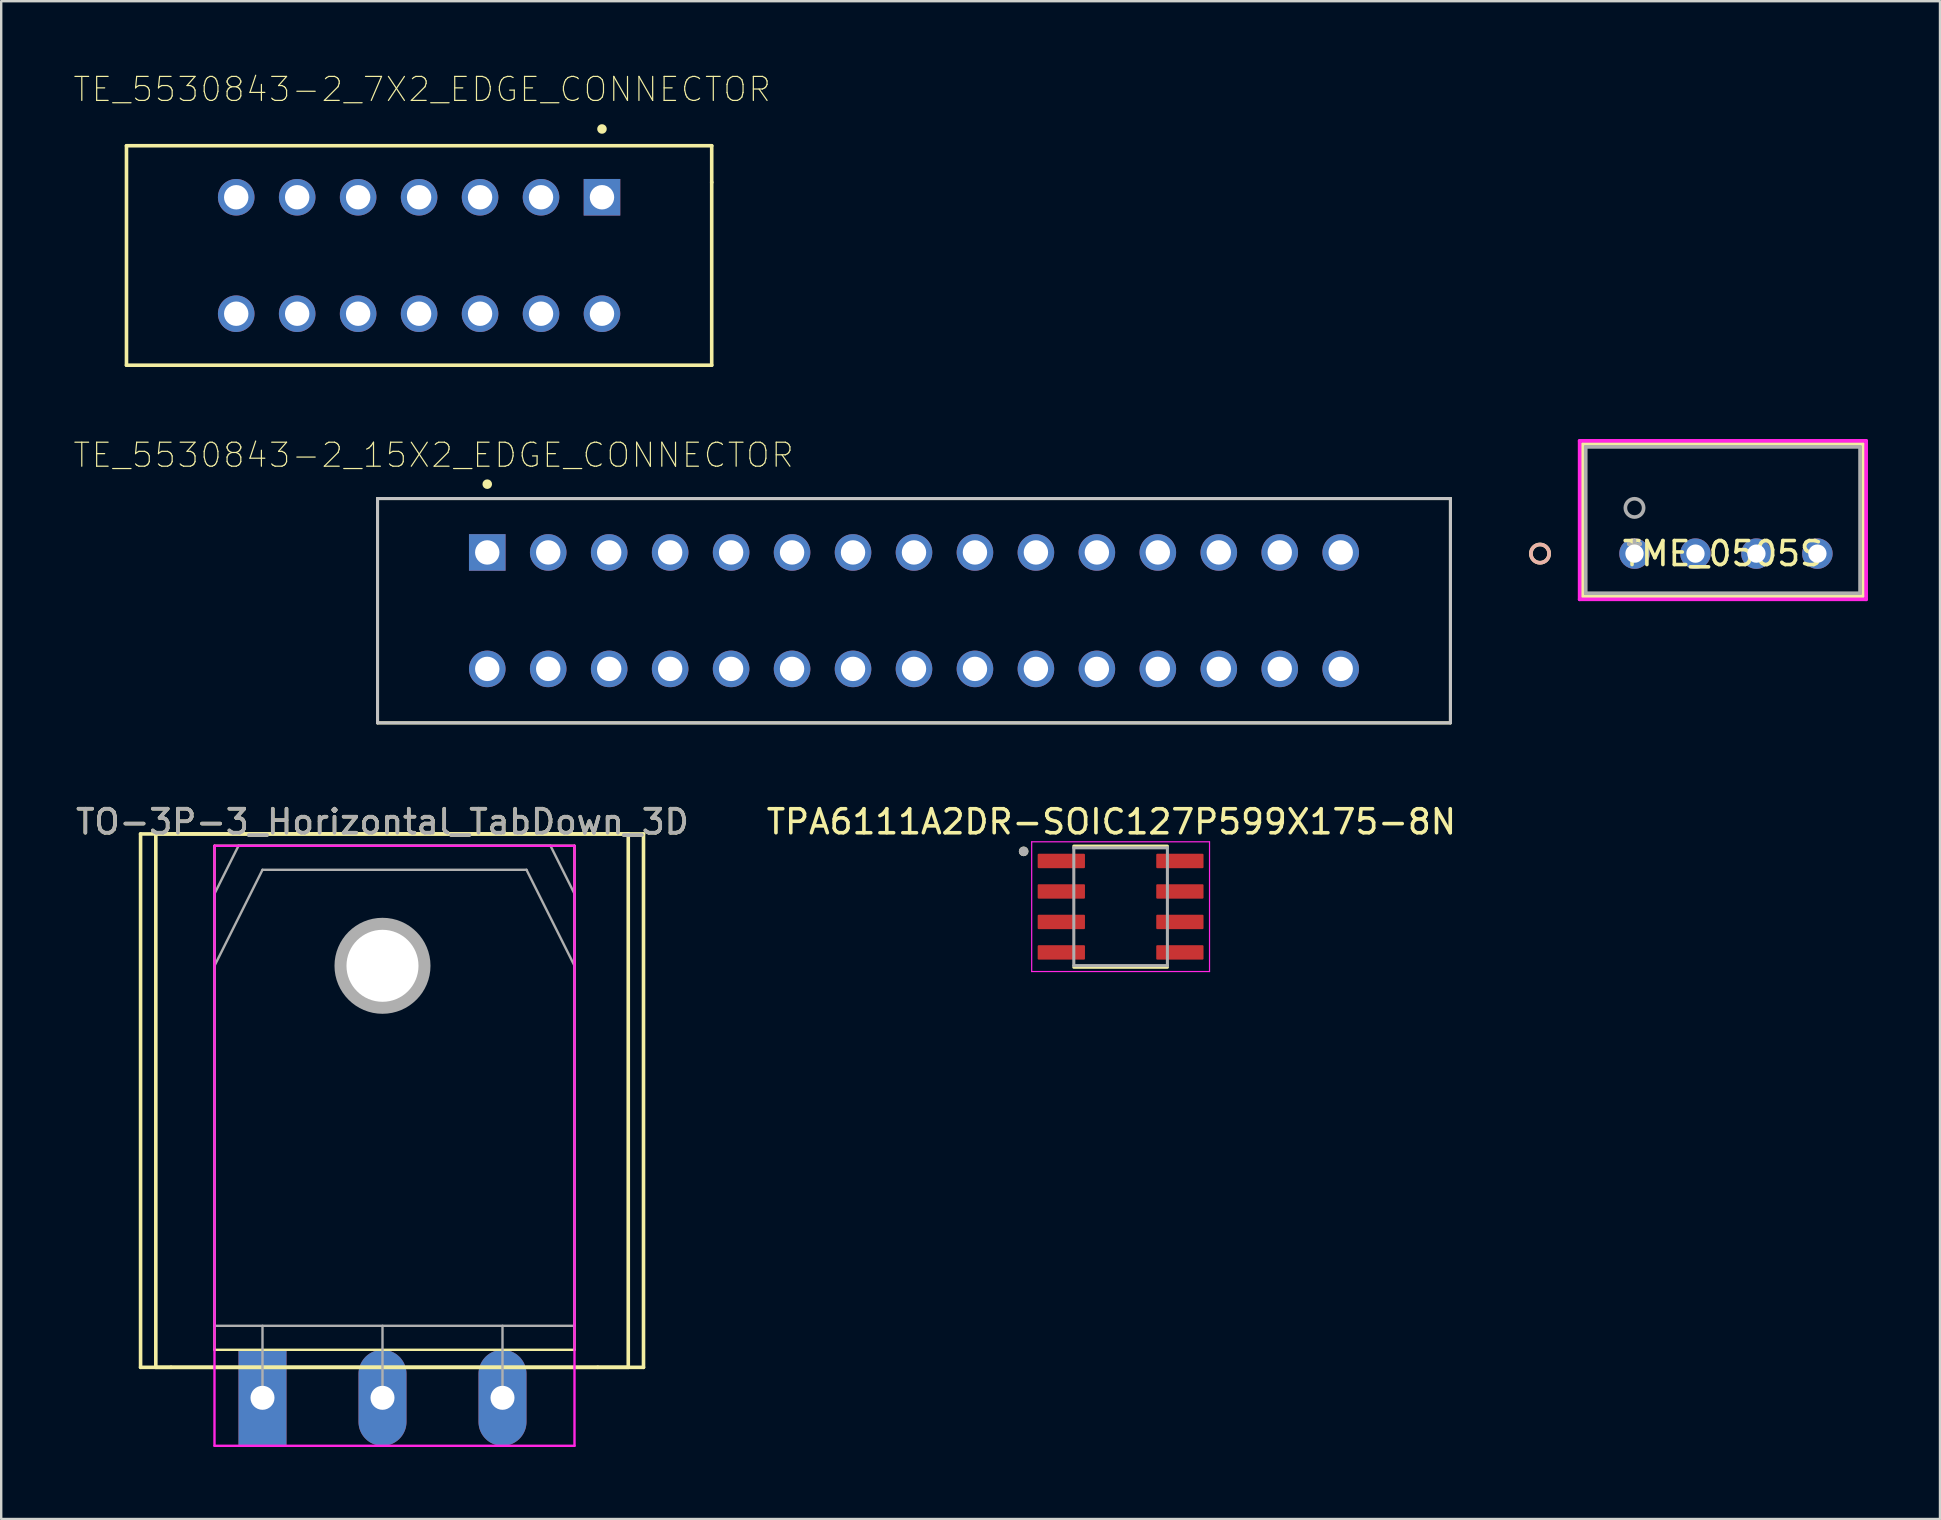
<source format=kicad_pcb>
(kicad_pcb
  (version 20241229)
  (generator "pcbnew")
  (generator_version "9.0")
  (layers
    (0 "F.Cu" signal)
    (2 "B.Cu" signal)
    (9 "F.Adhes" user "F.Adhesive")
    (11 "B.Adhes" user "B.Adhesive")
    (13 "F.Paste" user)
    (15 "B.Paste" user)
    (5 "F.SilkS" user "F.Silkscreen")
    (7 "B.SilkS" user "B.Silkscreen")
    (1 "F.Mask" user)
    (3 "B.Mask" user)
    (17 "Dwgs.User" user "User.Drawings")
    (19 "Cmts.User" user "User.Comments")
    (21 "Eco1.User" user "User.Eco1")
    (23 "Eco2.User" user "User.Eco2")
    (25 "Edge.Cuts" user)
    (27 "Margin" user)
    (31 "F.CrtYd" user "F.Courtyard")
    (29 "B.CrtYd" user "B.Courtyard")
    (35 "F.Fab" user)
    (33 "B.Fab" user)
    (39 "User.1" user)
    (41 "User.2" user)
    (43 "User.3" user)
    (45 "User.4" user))
  (footprint "TO-3P-3_Horizontal_TabDown_3D"
    (layer "F.Cu")
    (at 7.887 55.191)
    (property "Reference" "TO-3P-3_Horizontal_TabDown_3D" (at 5 -24 0) (layer "F.SilkS") (effects (font (size 1 1) (thickness 0.15))))
    (attr through_hole)
    (fp_line (start -5.08 -23.495) (end 15.875 -23.495) (stroke (width 0.15) (type solid)) (layer "F.SilkS"))
    (fp_line (start -5.08 -1.27) (end -5.08 -23.495) (stroke (width 0.15) (type solid)) (layer "F.SilkS"))
    (fp_line (start -4.445 -23.495) (end -4.445 -1.27) (stroke (width 0.15) (type solid)) (layer "F.SilkS"))
    (fp_line (start -4.445 -23.495) (end 15.24 -23.495) (stroke (width 0.15) (type solid)) (layer "F.SilkS"))
    (fp_line (start -4.445 -1.27) (end -3.81 -1.27) (stroke (width 0.15) (type solid)) (layer "F.SilkS"))
    (fp_line (start -2 -23) (end -2 -2) (stroke (width 0.1) (type solid)) (layer "F.SilkS"))
    (fp_line (start -2 -23) (end 13 -23) (stroke (width 0.1) (type solid)) (layer "F.SilkS"))
    (fp_line (start -2 -2) (end 13 -2) (stroke (width 0.1) (type solid)) (layer "F.SilkS"))
    (fp_line (start 0 -2) (end 0 -2) (stroke (width 0.1) (type solid)) (layer "F.SilkS"))
    (fp_line (start 5 -2) (end 5 -2) (stroke (width 0.1) (type solid)) (layer "F.SilkS"))
    (fp_line (start 10 -2) (end 10 -2) (stroke (width 0.1) (type solid)) (layer "F.SilkS"))
    (fp_line (start 13 -23) (end 13 -2) (stroke (width 0.1) (type solid)) (layer "F.SilkS"))
    (fp_line (start 13.97 -1.27) (end -3.81 -1.27) (stroke (width 0.15) (type solid)) (layer "F.SilkS"))
    (fp_line (start 15.24 -23.495) (end 15.24 -1.27) (stroke (width 0.15) (type solid)) (layer "F.SilkS"))
    (fp_line (start 15.24 -1.27) (end 13.97 -1.27) (stroke (width 0.15) (type solid)) (layer "F.SilkS"))
    (fp_line (start 15.875 -23.495) (end 15.875 -1.27) (stroke (width 0.15) (type solid)) (layer "F.SilkS"))
    (fp_line (start 15.875 -1.27) (end -5.08 -1.27) (stroke (width 0.15) (type solid)) (layer "F.SilkS"))
    (fp_line (start -2 -23) (end -2 2) (stroke (width 0.1) (type solid)) (layer "F.CrtYd"))
    (fp_line (start -2 2) (end 13 2) (stroke (width 0.1) (type solid)) (layer "F.CrtYd"))
    (fp_line (start 13 -23) (end -2 -23) (stroke (width 0.1) (type solid)) (layer "F.CrtYd"))
    (fp_line (start 13 2) (end 13 -23) (stroke (width 0.1) (type solid)) (layer "F.CrtYd"))
    (fp_line (start -2 -21) (end -1 -23) (stroke (width 0.1) (type solid)) (layer "F.Fab"))
    (fp_line (start -2 -18) (end -2 -21) (stroke (width 0.1) (type solid)) (layer "F.Fab"))
    (fp_line (start -2 -18) (end 0 -22) (stroke (width 0.1) (type solid)) (layer "F.Fab"))
    (fp_line (start -2 -3) (end -2 -18) (stroke (width 0.1) (type solid)) (layer "F.Fab"))
    (fp_line (start -1 -23) (end 12 -23) (stroke (width 0.1) (type solid)) (layer "F.Fab"))
    (fp_line (start 0 -22) (end 11 -22) (stroke (width 0.1) (type solid)) (layer "F.Fab"))
    (fp_line (start 0 -3) (end 0 0) (stroke (width 0.1) (type solid)) (layer "F.Fab"))
    (fp_line (start 5 -3) (end 5 0) (stroke (width 0.1) (type solid)) (layer "F.Fab"))
    (fp_line (start 10 -3) (end 10 0) (stroke (width 0.1) (type solid)) (layer "F.Fab"))
    (fp_line (start 11 -22) (end 13 -18) (stroke (width 0.1) (type solid)) (layer "F.Fab"))
    (fp_line (start 12 -23) (end 13 -21) (stroke (width 0.1) (type solid)) (layer "F.Fab"))
    (fp_line (start 13 -21) (end 13 -18) (stroke (width 0.1) (type solid)) (layer "F.Fab"))
    (fp_line (start 13 -18) (end 13 -3) (stroke (width 0.1) (type solid)) (layer "F.Fab"))
    (fp_line (start 13 -3) (end -2 -3) (stroke (width 0.1) (type solid)) (layer "F.Fab"))
    (fp_circle (center 5 -18) (end 7 -18) (stroke (width 0) (type solid)) (fill yes) (layer "F.Fab"))
    (fp_text user "${REFERENCE}" (at 5 -24 0) (layer "F.Fab") (effects (font (size 1 1) (thickness 0.15))))
    (pad "" np_thru_hole oval (at 5 -18) (size 3 3) (drill 3) (layers "*.Cu" "*.Mask"))
    (pad "1" thru_hole rect (at 0 0) (size 2 4) (drill 1) (layers "*.Cu" "*.Mask"))
    (pad "2" thru_hole oval (at 5 0) (size 2 4) (drill 1) (layers "*.Cu" "*.Mask"))
    (pad "3" thru_hole oval (at 10 0) (size 2 4) (drill 1) (layers "*.Cu" "*.Mask")))
  (footprint "TE_5530843-2_15X2_EDGE_CONNECTOR"
    (layer "F.Cu")
    (at 35.032 22.394)
    (property "Reference" "TE_5530843-2_15X2_EDGE_CONNECTOR" (at -20.017 -6.479 0) (layer "F.SilkS") (effects (font (size 1.001 1.001) (thickness 0.05))))
    (attr through_hole)
    (fp_line (start -22.352 -4.673) (end 22.352 -4.673) (stroke (width 0.127) (type solid)) (layer "F.SilkS"))
    (fp_line (start -22.352 4.674) (end -22.352 -4.673) (stroke (width 0.127) (type solid)) (layer "F.SilkS"))
    (fp_line (start 22.352 -4.673) (end 22.352 4.674) (stroke (width 0.127) (type solid)) (layer "F.SilkS"))
    (fp_line (start 22.352 4.674) (end -22.352 4.674) (stroke (width 0.127) (type solid)) (layer "F.SilkS"))
    (fp_circle (center -17.78 -5.271) (end -17.68 -5.271) (stroke (width 0.2) (type solid)) (fill no) (layer "F.SilkS"))
    (fp_line (start -22.352 -4.673) (end 22.352 -4.673) (stroke (width 0.127) (type solid)) (layer "Dwgs.User"))
    (fp_line (start -22.352 4.674) (end -22.352 -4.673) (stroke (width 0.127) (type solid)) (layer "Dwgs.User"))
    (fp_line (start 22.352 -4.673) (end 22.352 4.674) (stroke (width 0.127) (type solid)) (layer "Dwgs.User"))
    (fp_line (start 22.352 4.674) (end -22.352 4.674) (stroke (width 0.127) (type solid)) (layer "Dwgs.User"))
    (fp_line (start -22.602 -4.923) (end 22.602 -4.923) (stroke (width 0.05) (type solid)) (layer "Eco1.User"))
    (fp_line (start -22.602 4.924) (end -22.602 -4.923) (stroke (width 0.05) (type solid)) (layer "Eco1.User"))
    (fp_line (start 22.602 -4.923) (end 22.602 4.924) (stroke (width 0.05) (type solid)) (layer "Eco1.User"))
    (fp_line (start 22.602 4.924) (end -22.602 4.924) (stroke (width 0.05) (type solid)) (layer "Eco1.User"))
    (pad "1" thru_hole rect (at -17.78 -2.426) (size 1.524 1.524) (drill 1.016) (layers "*.Cu" "*.Mask"))
    (pad "2" thru_hole circle (at -17.78 2.426) (size 1.524 1.524) (drill 1.016) (layers "*.Cu" "*.Mask"))
    (pad "3" thru_hole circle (at -15.24 -2.426) (size 1.524 1.524) (drill 1.016) (layers "*.Cu" "*.Mask"))
    (pad "4" thru_hole circle (at -15.24 2.426) (size 1.524 1.524) (drill 1.016) (layers "*.Cu" "*.Mask"))
    (pad "5" thru_hole circle (at -12.7 -2.426) (size 1.524 1.524) (drill 1.016) (layers "*.Cu" "*.Mask"))
    (pad "6" thru_hole circle (at -12.7 2.426) (size 1.524 1.524) (drill 1.016) (layers "*.Cu" "*.Mask"))
    (pad "7" thru_hole circle (at -10.16 -2.426) (size 1.524 1.524) (drill 1.016) (layers "*.Cu" "*.Mask"))
    (pad "8" thru_hole circle (at -10.16 2.426) (size 1.524 1.524) (drill 1.016) (layers "*.Cu" "*.Mask"))
    (pad "9" thru_hole circle (at -7.62 -2.426) (size 1.524 1.524) (drill 1.016) (layers "*.Cu" "*.Mask"))
    (pad "10" thru_hole circle (at -7.62 2.426) (size 1.524 1.524) (drill 1.016) (layers "*.Cu" "*.Mask"))
    (pad "11" thru_hole circle (at -5.08 -2.426) (size 1.524 1.524) (drill 1.016) (layers "*.Cu" "*.Mask"))
    (pad "12" thru_hole circle (at -5.08 2.426) (size 1.524 1.524) (drill 1.016) (layers "*.Cu" "*.Mask"))
    (pad "13" thru_hole circle (at -2.54 -2.426) (size 1.524 1.524) (drill 1.016) (layers "*.Cu" "*.Mask"))
    (pad "14" thru_hole circle (at -2.54 2.426) (size 1.524 1.524) (drill 1.016) (layers "*.Cu" "*.Mask"))
    (pad "15" thru_hole circle (at 0 -2.426) (size 1.524 1.524) (drill 1.016) (layers "*.Cu" "*.Mask"))
    (pad "16" thru_hole circle (at 0 2.426) (size 1.524 1.524) (drill 1.016) (layers "*.Cu" "*.Mask"))
    (pad "17" thru_hole circle (at 2.54 -2.426) (size 1.524 1.524) (drill 1.016) (layers "*.Cu" "*.Mask"))
    (pad "18" thru_hole circle (at 2.54 2.426) (size 1.524 1.524) (drill 1.016) (layers "*.Cu" "*.Mask"))
    (pad "19" thru_hole circle (at 5.08 -2.426) (size 1.524 1.524) (drill 1.016) (layers "*.Cu" "*.Mask"))
    (pad "20" thru_hole circle (at 5.08 2.426) (size 1.524 1.524) (drill 1.016) (layers "*.Cu" "*.Mask"))
    (pad "21" thru_hole circle (at 7.62 -2.426) (size 1.524 1.524) (drill 1.016) (layers "*.Cu" "*.Mask"))
    (pad "22" thru_hole circle (at 7.62 2.426) (size 1.524 1.524) (drill 1.016) (layers "*.Cu" "*.Mask"))
    (pad "23" thru_hole circle (at 10.16 -2.426) (size 1.524 1.524) (drill 1.016) (layers "*.Cu" "*.Mask"))
    (pad "24" thru_hole circle (at 10.16 2.426) (size 1.524 1.524) (drill 1.016) (layers "*.Cu" "*.Mask"))
    (pad "25" thru_hole circle (at 12.7 -2.426) (size 1.524 1.524) (drill 1.016) (layers "*.Cu" "*.Mask"))
    (pad "26" thru_hole circle (at 12.7 2.426) (size 1.524 1.524) (drill 1.016) (layers "*.Cu" "*.Mask"))
    (pad "27" thru_hole circle (at 15.24 -2.426) (size 1.524 1.524) (drill 1.016) (layers "*.Cu" "*.Mask"))
    (pad "28" thru_hole circle (at 15.24 2.426) (size 1.524 1.524) (drill 1.016) (layers "*.Cu" "*.Mask"))
    (pad "29" thru_hole circle (at 17.78 -2.426) (size 1.524 1.524) (drill 1.016) (layers "*.Cu" "*.Mask"))
    (pad "30" thru_hole circle (at 17.78 2.426) (size 1.524 1.524) (drill 1.016) (layers "*.Cu" "*.Mask")))
  (footprint "TE_5530843-2_7X2_EDGE_CONNECTOR"
    (layer "F.Cu")
    (at 24.572 7.595)
    (property "Reference" "TE_5530843-2_7X2_EDGE_CONNECTOR" (at -10.033 -6.921 0) (layer "F.SilkS") (effects (font (size 1.001 1.001) (thickness 0.05))))
    (attr through_hole)
    (fp_line (start -22.352 -4.572) (end -22.352 4.572) (stroke (width 0.15) (type solid)) (layer "F.SilkS"))
    (fp_line (start -22.352 4.572) (end 2.032 4.572) (stroke (width 0.15) (type solid)) (layer "F.SilkS"))
    (fp_line (start 2.032 -4.572) (end -22.352 -4.572) (stroke (width 0.15) (type solid)) (layer "F.SilkS"))
    (fp_line (start 2.032 -3.048) (end 2.032 -4.572) (stroke (width 0.15) (type solid)) (layer "F.SilkS"))
    (fp_line (start 2.032 -3.048) (end 2.032 4.572) (stroke (width 0.15) (type solid)) (layer "F.SilkS"))
    (fp_circle (center -2.54 -5.271) (end -2.44 -5.271) (stroke (width 0.2) (type solid)) (fill no) (layer "F.SilkS"))
    (pad "1" thru_hole rect (at -2.54 -2.426) (size 1.524 1.524) (drill 1.016) (layers "*.Cu" "*.Mask"))
    (pad "2" thru_hole circle (at -5.08 -2.426) (size 1.524 1.524) (drill 1.016) (layers "*.Cu" "*.Mask"))
    (pad "3" thru_hole circle (at -7.62 -2.426) (size 1.524 1.524) (drill 1.016) (layers "*.Cu" "*.Mask"))
    (pad "4" thru_hole circle (at -10.16 -2.426) (size 1.524 1.524) (drill 1.016) (layers "*.Cu" "*.Mask"))
    (pad "5" thru_hole circle (at -12.7 -2.426) (size 1.524 1.524) (drill 1.016) (layers "*.Cu" "*.Mask"))
    (pad "6" thru_hole circle (at -15.24 -2.426) (size 1.524 1.524) (drill 1.016) (layers "*.Cu" "*.Mask"))
    (pad "7" thru_hole circle (at -17.78 -2.426) (size 1.524 1.524) (drill 1.016) (layers "*.Cu" "*.Mask"))
    (pad "A" thru_hole circle (at -2.54 2.426) (size 1.524 1.524) (drill 1.016) (layers "*.Cu" "*.Mask"))
    (pad "B" thru_hole circle (at -5.08 2.426) (size 1.524 1.524) (drill 1.016) (layers "*.Cu" "*.Mask"))
    (pad "C" thru_hole circle (at -7.62 2.426) (size 1.524 1.524) (drill 1.016) (layers "*.Cu" "*.Mask"))
    (pad "D" thru_hole circle (at -10.16 2.426) (size 1.524 1.524) (drill 1.016) (layers "*.Cu" "*.Mask"))
    (pad "E" thru_hole circle (at -12.7 2.426) (size 1.524 1.524) (drill 1.016) (layers "*.Cu" "*.Mask"))
    (pad "F" thru_hole circle (at -15.24 2.426) (size 1.524 1.524) (drill 1.016) (layers "*.Cu" "*.Mask"))
    (pad "H" thru_hole circle (at -17.78 2.426) (size 1.524 1.524) (drill 1.016) (layers "*.Cu" "*.Mask")))
  (footprint "TME_0505S"
    (layer "F.Cu")
    (at 65.053 20.017)
    (property "Reference" "TME_0505S" (at 3.683 0 0) (layer "F.SilkS") (effects (font (size 1 1) (thickness 0.15))))
    (attr through_hole)
    (fp_line (start -2.159 -4.572) (end -2.159 1.778) (stroke (width 0.152) (type solid)) (layer "F.SilkS"))
    (fp_line (start -2.159 1.778) (end 9.525 1.778) (stroke (width 0.152) (type solid)) (layer "F.SilkS"))
    (fp_line (start 9.525 -4.572) (end -2.159 -4.572) (stroke (width 0.152) (type solid)) (layer "F.SilkS"))
    (fp_line (start 9.525 1.778) (end 9.525 -4.572) (stroke (width 0.152) (type solid)) (layer "F.SilkS"))
    (fp_circle (center -3.937 0) (end -3.556 0) (stroke (width 0.152) (type solid)) (fill no) (layer "F.SilkS"))
    (fp_circle (center -3.937 0) (end -3.556 0) (stroke (width 0.152) (type solid)) (fill no) (layer "B.SilkS"))
    (fp_line (start -2.286 -4.699) (end -2.286 1.905) (stroke (width 0.152) (type solid)) (layer "F.CrtYd"))
    (fp_line (start -2.286 1.905) (end 9.652 1.905) (stroke (width 0.152) (type solid)) (layer "F.CrtYd"))
    (fp_line (start 9.652 -4.699) (end -2.286 -4.699) (stroke (width 0.152) (type solid)) (layer "F.CrtYd"))
    (fp_line (start 9.652 1.905) (end 9.652 -4.699) (stroke (width 0.152) (type solid)) (layer "F.CrtYd"))
    (fp_line (start -2.032 -4.445) (end -2.032 1.651) (stroke (width 0.152) (type solid)) (layer "F.Fab"))
    (fp_line (start -2.032 1.651) (end 9.398 1.651) (stroke (width 0.152) (type solid)) (layer "F.Fab"))
    (fp_line (start 9.398 -4.445) (end -2.032 -4.445) (stroke (width 0.152) (type solid)) (layer "F.Fab"))
    (fp_line (start 9.398 1.651) (end 9.398 -4.445) (stroke (width 0.152) (type solid)) (layer "F.Fab"))
    (fp_circle (center 0 -1.905) (end 0.381 -1.905) (stroke (width 0.152) (type solid)) (fill no) (layer "F.Fab"))
    (fp_text user "*" (at 0 0 0) (layer "F.SilkS") (effects (font (size 1 1) (thickness 0.15))))
    (fp_text user "Copyright 2016 Accelerated Designs. All rights reserved." (at 0 0 0) (layer "Cmts.User") (effects (font (size 0.127 0.127) (thickness 0.002))))
    (fp_text user "*" (at 0 0 0) (layer "F.Fab") (effects (font (size 1 1) (thickness 0.15))))
    (pad "1" thru_hole circle (at 0 0) (size 1.27 1.27) (drill 0.762) (layers "*.Cu" "*.Mask"))
    (pad "2" thru_hole circle (at 2.54 0) (size 1.27 1.27) (drill 0.762) (layers "*.Cu" "*.Mask"))
    (pad "3" thru_hole circle (at 5.08 0) (size 1.27 1.27) (drill 0.762) (layers "*.Cu" "*.Mask"))
    (pad "4" thru_hole circle (at 7.62 0) (size 1.27 1.27) (drill 0.762) (layers "*.Cu" "*.Mask")))
  (footprint "TPA6111A2DR-SOIC127P599X175-8N"
    (layer "F.Cu")
    (at 43.641 34.728)
    (property "Reference" "TPA6111A2DR-SOIC127P599X175-8N" (at -0.385 -3.537 0) (layer "F.SilkS") (effects (font (size 1 1) (thickness 0.15))))
    (attr through_hole)
    (fp_line (start -1.95 -2.525) (end 1.95 -2.525) (stroke (width 0.127) (type solid)) (layer "F.SilkS"))
    (fp_line (start -1.95 2.525) (end 1.95 2.525) (stroke (width 0.127) (type solid)) (layer "F.SilkS"))
    (fp_circle (center -4.04 -2.305) (end -3.94 -2.305) (stroke (width 0.2) (type solid)) (fill no) (layer "F.SilkS"))
    (fp_line (start -3.705 -2.703) (end -3.705 2.703) (stroke (width 0.05) (type solid)) (layer "F.CrtYd"))
    (fp_line (start -3.705 -2.703) (end 3.705 -2.703) (stroke (width 0.05) (type solid)) (layer "F.CrtYd"))
    (fp_line (start -3.705 2.703) (end 3.705 2.703) (stroke (width 0.05) (type solid)) (layer "F.CrtYd"))
    (fp_line (start 3.705 -2.703) (end 3.705 2.703) (stroke (width 0.05) (type solid)) (layer "F.CrtYd"))
    (fp_line (start -1.95 -2.453) (end -1.95 2.453) (stroke (width 0.127) (type solid)) (layer "F.Fab"))
    (fp_line (start -1.95 -2.453) (end 1.95 -2.453) (stroke (width 0.127) (type solid)) (layer "F.Fab"))
    (fp_line (start -1.95 2.453) (end 1.95 2.453) (stroke (width 0.127) (type solid)) (layer "F.Fab"))
    (fp_line (start 1.95 -2.453) (end 1.95 2.453) (stroke (width 0.127) (type solid)) (layer "F.Fab"))
    (fp_circle (center -4.04 -2.305) (end -3.94 -2.305) (stroke (width 0.2) (type solid)) (fill no) (layer "F.Fab"))
    (pad "1" smd roundrect (at -2.47 -1.905) (size 1.97 0.6) (layers "F.Cu" "F.Mask" "F.Paste") (roundrect_rratio 0.07))
    (pad "2" smd roundrect (at -2.47 -0.635) (size 1.97 0.6) (layers "F.Cu" "F.Mask" "F.Paste") (roundrect_rratio 0.07))
    (pad "3" smd roundrect (at -2.47 0.635) (size 1.97 0.6) (layers "F.Cu" "F.Mask" "F.Paste") (roundrect_rratio 0.07))
    (pad "4" smd roundrect (at -2.47 1.905) (size 1.97 0.6) (layers "F.Cu" "F.Mask" "F.Paste") (roundrect_rratio 0.07))
    (pad "5" smd roundrect (at 2.47 1.905) (size 1.97 0.6) (layers "F.Cu" "F.Mask" "F.Paste") (roundrect_rratio 0.07))
    (pad "6" smd roundrect (at 2.47 0.635) (size 1.97 0.6) (layers "F.Cu" "F.Mask" "F.Paste") (roundrect_rratio 0.07))
    (pad "7" smd roundrect (at 2.47 -0.635) (size 1.97 0.6) (layers "F.Cu" "F.Mask" "F.Paste") (roundrect_rratio 0.07))
    (pad "8" smd roundrect (at 2.47 -1.905) (size 1.97 0.6) (layers "F.Cu" "F.Mask" "F.Paste") (roundrect_rratio 0.07)))
  (gr_rect
    (start -3 -3)
    (end 77.782 60.241)
    (stroke (width 0.1) (type default))
    (fill no)
    (layer "Edge.Cuts")))
</source>
